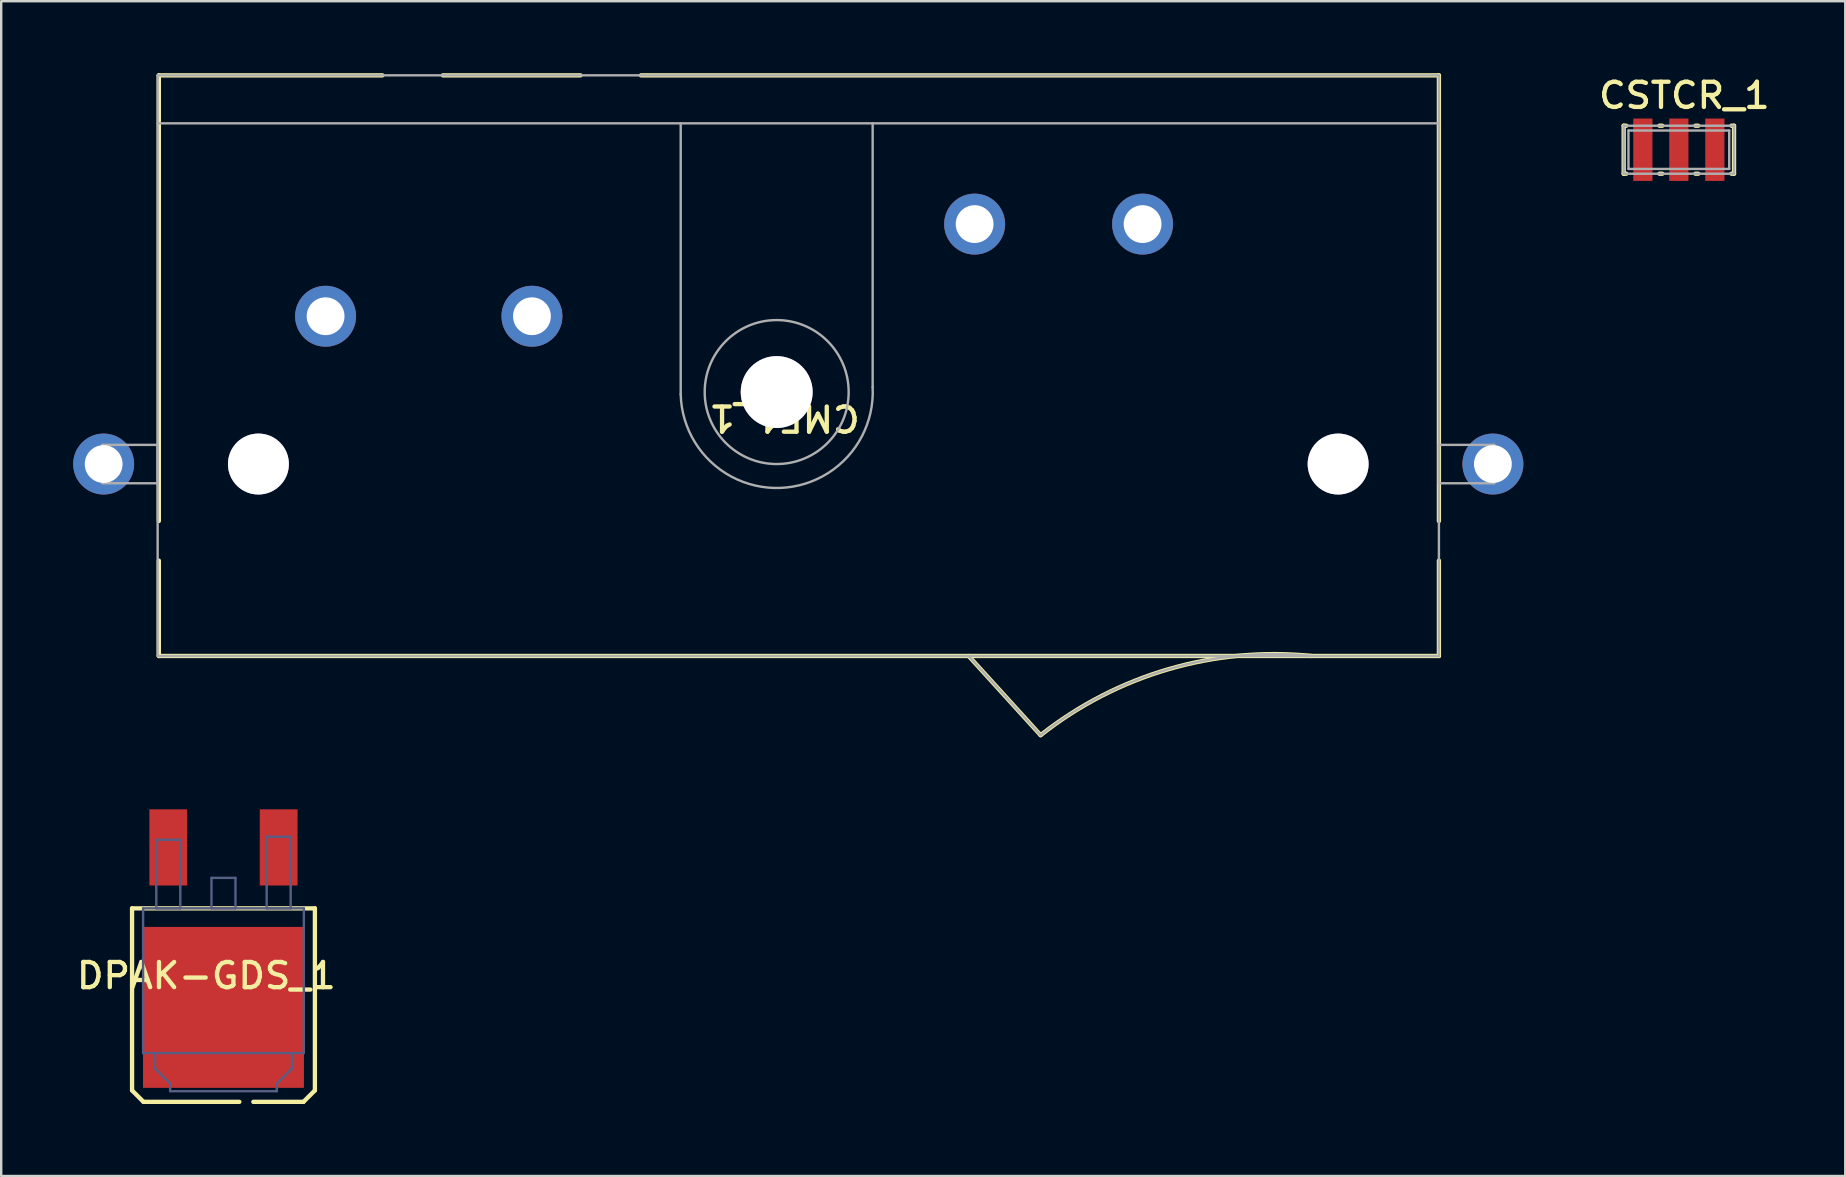
<source format=kicad_pcb>
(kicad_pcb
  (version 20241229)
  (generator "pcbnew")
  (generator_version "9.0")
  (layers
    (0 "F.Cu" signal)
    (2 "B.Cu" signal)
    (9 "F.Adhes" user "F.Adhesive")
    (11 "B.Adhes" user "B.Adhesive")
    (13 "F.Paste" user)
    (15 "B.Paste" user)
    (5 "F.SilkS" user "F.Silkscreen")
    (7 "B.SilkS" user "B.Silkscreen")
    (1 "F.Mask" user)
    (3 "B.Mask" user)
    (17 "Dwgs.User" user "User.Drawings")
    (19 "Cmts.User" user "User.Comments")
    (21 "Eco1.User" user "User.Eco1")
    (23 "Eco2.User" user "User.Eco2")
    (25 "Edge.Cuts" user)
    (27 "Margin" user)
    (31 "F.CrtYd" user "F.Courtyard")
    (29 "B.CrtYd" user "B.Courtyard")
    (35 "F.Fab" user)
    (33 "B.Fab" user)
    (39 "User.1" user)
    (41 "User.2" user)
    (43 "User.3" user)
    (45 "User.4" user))
  (footprint "CMF1_1"
    (layer "F.Cu")
    (at 52.72 16.29)
    (property "Reference" "CMF1_1" (at -23.074 -1.922 180) (unlocked yes) (layer "F.SilkS") (effects (font (size 1.05 1.104) (thickness 0.18))))
    (attr smd)
    (fp_line (start -49.15 -16.2) (end -39.832 -16.2) (stroke (width 0.18) (type solid)) (layer "F.SilkS"))
    (fp_line (start -49.15 2.375) (end -49.15 -16.2) (stroke (width 0.18) (type solid)) (layer "F.SilkS"))
    (fp_line (start -49.15 8) (end -49.15 4.025) (stroke (width 0.18) (type solid)) (layer "F.SilkS"))
    (fp_line (start -49.15 8) (end 4.2 8) (stroke (width 0.18) (type solid)) (layer "F.SilkS"))
    (fp_line (start -37.313 -16.2) (end -31.577 -16.2) (stroke (width 0.18) (type solid)) (layer "F.SilkS"))
    (fp_line (start -29.058 -16.2) (end 4.2 -16.2) (stroke (width 0.18) (type solid)) (layer "F.SilkS"))
    (fp_line (start -15.4 8) (end -12.4 11.3) (stroke (width 0.18) (type solid)) (layer "F.SilkS"))
    (fp_line (start 4.2 2.375) (end 4.2 -16.2) (stroke (width 0.18) (type solid)) (layer "F.SilkS"))
    (fp_line (start 4.2 8) (end 4.2 4.025) (stroke (width 0.18) (type solid)) (layer "F.SilkS"))
    (fp_arc (start -12.399792 11.299832) (mid -7.07639 8.552219) (end -1.111344 7.998858) (stroke (width 0.18) (type solid)) (layer "F.SilkS"))
    (fp_line (start -51.5 -0.8) (end -49.2 -0.8) (stroke (width 0.1) (type solid)) (layer "F.Fab"))
    (fp_line (start -51.5 0.8) (end -51.5 -0.8) (stroke (width 0.1) (type solid)) (layer "F.Fab"))
    (fp_line (start -51.5 0.8) (end -49.2 0.8) (stroke (width 0.1) (type solid)) (layer "F.Fab"))
    (fp_line (start -49.2 -16.2) (end 4.2 -16.2) (stroke (width 0.1) (type solid)) (layer "F.Fab"))
    (fp_line (start -49.2 -14.2) (end 4.2 -14.2) (stroke (width 0.1) (type solid)) (layer "F.Fab"))
    (fp_line (start -49.2 0.8) (end -49.2 -0.8) (stroke (width 0.1) (type solid)) (layer "F.Fab"))
    (fp_line (start -49.2 8) (end -49.2 -16.2) (stroke (width 0.1) (type solid)) (layer "F.Fab"))
    (fp_line (start -49.15 8) (end 4.2 8) (stroke (width 0.1) (type solid)) (layer "F.Fab"))
    (fp_line (start -27.4 -2.9) (end -27.4 -14.2) (stroke (width 0.1) (type solid)) (layer "F.Fab"))
    (fp_line (start -19.4 -3.2) (end -19.4 -14.2) (stroke (width 0.1) (type solid)) (layer "F.Fab"))
    (fp_line (start -15.4 8) (end -12.4 11.3) (stroke (width 0.1) (type solid)) (layer "F.Fab"))
    (fp_line (start 4.2 -0.8) (end 6.5 -0.8) (stroke (width 0.1) (type solid)) (layer "F.Fab"))
    (fp_line (start 4.2 0.8) (end 4.2 -0.8) (stroke (width 0.1) (type solid)) (layer "F.Fab"))
    (fp_line (start 4.2 0.8) (end 6.5 0.8) (stroke (width 0.1) (type solid)) (layer "F.Fab"))
    (fp_line (start 4.2 8) (end 4.2 -16.2) (stroke (width 0.1) (type solid)) (layer "F.Fab"))
    (fp_line (start 6.5 0.8) (end 6.5 -0.8) (stroke (width 0.1) (type solid)) (layer "F.Fab"))
    (fp_arc (start -19.399929 -3.19864) (mid -23.248061 0.997182) (end -27.399958 -2.898301) (stroke (width 0.1) (type solid)) (layer "F.Fab"))
    (fp_arc (start -12.399792 11.299832) (mid -7.07639 8.552219) (end -1.111344 7.998858) (stroke (width 0.1) (type solid)) (layer "F.Fab"))
    (fp_circle (center -23.4 -3) (end -20.4 -3) (stroke (width 0.1) (type solid)) (fill no) (layer "F.Fab"))
    (pad "1" thru_hole circle (at -8.15 -10) (size 2.54 2.54) (drill 1.575) (layers "*.Cu" "*.Mask"))
    (pad "2" thru_hole circle (at -15.15 -10) (size 2.54 2.54) (drill 1.575) (layers "*.Cu" "*.Mask"))
    (pad "3" thru_hole circle (at -33.6 -6.16) (size 2.54 2.54) (drill 1.575) (layers "*.Cu" "*.Mask"))
    (pad "4" thru_hole circle (at -42.2 -6.16) (size 2.54 2.54) (drill 1.575) (layers "*.Cu" "*.Mask"))
    (pad "5" thru_hole circle (at 6.45 0) (size 2.54 2.54) (drill 1.575) (layers "*.Cu" "*.Mask"))
    (pad "6" thru_hole circle (at -51.45 0) (size 2.54 2.54) (drill 1.575) (layers "*.Cu" "*.Mask"))
    (pad "MEL32" thru_hole circle (at -45 0) (size 2.54 2.54) (drill 3.2) (layers "*.Cu" "*.Mask"))
    (pad "MEL32_1" thru_hole circle (at 0 0) (size 2.54 2.54) (drill 3.2) (layers "*.Cu" "*.Mask"))
    (pad "MEL36" thru_hole circle (at -23.4 -3) (size 2.997 2.997) (drill 3.607) (layers "*.Cu" "*.Mask")))
  (footprint "CSTCR_1"
    (layer "F.Cu")
    (at 66.92 3.19)
    (property "Reference" "CSTCR_1" (at 0.229 -2.26 0) (unlocked yes) (layer "F.SilkS") (effects (font (size 1.05 1.104) (thickness 0.18))))
    (attr smd)
    (fp_line (start -2.3 -1) (end -2.19 -1) (stroke (width 0.18) (type solid)) (layer "F.SilkS"))
    (fp_line (start -2.3 1) (end -2.3 -1) (stroke (width 0.18) (type solid)) (layer "F.SilkS"))
    (fp_line (start -2.3 1) (end -2.19 1) (stroke (width 0.18) (type solid)) (layer "F.SilkS"))
    (fp_line (start -0.81 -1) (end -0.69 -1) (stroke (width 0.18) (type solid)) (layer "F.SilkS"))
    (fp_line (start -0.81 1) (end -0.69 1) (stroke (width 0.18) (type solid)) (layer "F.SilkS"))
    (fp_line (start 0.69 -1) (end 0.81 -1) (stroke (width 0.18) (type solid)) (layer "F.SilkS"))
    (fp_line (start 0.69 1) (end 0.81 1) (stroke (width 0.18) (type solid)) (layer "F.SilkS"))
    (fp_line (start 2.19 -1) (end 2.3 -1) (stroke (width 0.18) (type solid)) (layer "F.SilkS"))
    (fp_line (start 2.19 1) (end 2.3 1) (stroke (width 0.18) (type solid)) (layer "F.SilkS"))
    (fp_line (start 2.3 1) (end 2.3 -1) (stroke (width 0.18) (type solid)) (layer "F.SilkS"))
    (fp_line (start -2.3 -1) (end 2.3 -1) (stroke (width 0.1) (type solid)) (layer "F.Fab"))
    (fp_line (start -2.3 1) (end -2.3 -1) (stroke (width 0.1) (type solid)) (layer "F.Fab"))
    (fp_line (start -2.3 1) (end 2.3 1) (stroke (width 0.1) (type solid)) (layer "F.Fab"))
    (fp_line (start -2.1 -0.8) (end 2.1 -0.8) (stroke (width 0.1) (type solid)) (layer "F.Fab"))
    (fp_line (start -2.1 0.8) (end -2.1 -0.8) (stroke (width 0.1) (type solid)) (layer "F.Fab"))
    (fp_line (start -2.1 0.8) (end 2.1 0.8) (stroke (width 0.1) (type solid)) (layer "F.Fab"))
    (fp_line (start 2.1 0.8) (end 2.1 -0.8) (stroke (width 0.1) (type solid)) (layer "F.Fab"))
    (fp_line (start 2.3 1) (end 2.3 -1) (stroke (width 0.1) (type solid)) (layer "F.Fab"))
    (pad "1" smd rect (at -1.5 0) (size 0.8 2.6) (layers "F.Cu" "F.Mask" "F.Paste"))
    (pad "2" smd rect (at 0 0) (size 0.8 2.6) (layers "F.Cu" "F.Mask" "F.Paste"))
    (pad "3" smd rect (at 1.5 0) (size 0.8 2.6) (layers "F.Cu" "F.Mask" "F.Paste")))
  (footprint "DPAK-GDS_1"
    (layer "F.Cu")
    (at 6.264 37.157)
    (property "Reference" "DPAK-GDS_1" (at -0.716 0.459 0) (unlocked yes) (layer "F.SilkS") (effects (font (size 1.05 1.104) (thickness 0.18))))
    (attr smd)
    (fp_line (start -3.81 -2.349) (end -3.81 5.239) (stroke (width 0.18) (type solid)) (layer "F.SilkS"))
    (fp_line (start -3.334 5.715) (end -3.81 5.239) (stroke (width 0.18) (type solid)) (layer "F.SilkS"))
    (fp_line (start 0.661 5.715) (end -3.334 5.715) (stroke (width 0.18) (type solid)) (layer "F.SilkS"))
    (fp_line (start 3.334 5.715) (end 1.244 5.715) (stroke (width 0.18) (type solid)) (layer "F.SilkS"))
    (fp_line (start 3.81 -2.349) (end -3.81 -2.349) (stroke (width 0.18) (type solid)) (layer "F.SilkS"))
    (fp_line (start 3.81 -2.349) (end 3.81 5.239) (stroke (width 0.18) (type solid)) (layer "F.SilkS"))
    (fp_line (start 3.81 5.239) (end 3.334 5.715) (stroke (width 0.18) (type solid)) (layer "F.SilkS"))
    (fp_line (start -3.35 -2.349) (end -3.35 3.683) (stroke (width 0.1) (type solid)) (layer "B.Fab"))
    (fp_line (start -2.857 3.683) (end -2.857 4.318) (stroke (width 0.1) (type solid)) (layer "B.Fab"))
    (fp_line (start -2.8 -5.207) (end -2.8 -2.349) (stroke (width 0.1) (type solid)) (layer "B.Fab"))
    (fp_line (start -2.223 4.953) (end -2.857 4.318) (stroke (width 0.1) (type solid)) (layer "B.Fab"))
    (fp_line (start -2.223 4.953) (end -2.223 5.271) (stroke (width 0.1) (type solid)) (layer "B.Fab"))
    (fp_line (start -1.8 -5.207) (end -2.8 -5.207) (stroke (width 0.1) (type solid)) (layer "B.Fab"))
    (fp_line (start -1.8 -5.207) (end -1.8 -2.349) (stroke (width 0.1) (type solid)) (layer "B.Fab"))
    (fp_line (start -1.8 -2.349) (end -2.8 -2.349) (stroke (width 0.1) (type solid)) (layer "B.Fab"))
    (fp_line (start -0.5 -3.619) (end -0.5 -2.349) (stroke (width 0.1) (type solid)) (layer "B.Fab"))
    (fp_line (start 0.5 -3.619) (end -0.5 -3.619) (stroke (width 0.1) (type solid)) (layer "B.Fab"))
    (fp_line (start 0.5 -3.619) (end 0.5 -2.349) (stroke (width 0.1) (type solid)) (layer "B.Fab"))
    (fp_line (start 0.5 -2.349) (end -0.5 -2.349) (stroke (width 0.1) (type solid)) (layer "B.Fab"))
    (fp_line (start 1.8 -5.334) (end 1.8 -2.349) (stroke (width 0.1) (type solid)) (layer "B.Fab"))
    (fp_line (start 2.223 4.953) (end 2.223 5.271) (stroke (width 0.1) (type solid)) (layer "B.Fab"))
    (fp_line (start 2.223 5.271) (end -2.223 5.271) (stroke (width 0.1) (type solid)) (layer "B.Fab"))
    (fp_line (start 2.8 -5.334) (end 1.8 -5.334) (stroke (width 0.1) (type solid)) (layer "B.Fab"))
    (fp_line (start 2.8 -5.334) (end 2.8 -2.349) (stroke (width 0.1) (type solid)) (layer "B.Fab"))
    (fp_line (start 2.8 -2.349) (end 1.8 -2.349) (stroke (width 0.1) (type solid)) (layer "B.Fab"))
    (fp_line (start 2.857 3.683) (end 2.857 4.318) (stroke (width 0.1) (type solid)) (layer "B.Fab"))
    (fp_line (start 2.857 4.318) (end 2.223 4.953) (stroke (width 0.1) (type solid)) (layer "B.Fab"))
    (fp_line (start 3.35 -2.349) (end -3.35 -2.349) (stroke (width 0.1) (type solid)) (layer "B.Fab"))
    (fp_line (start 3.35 -2.349) (end 3.35 3.683) (stroke (width 0.1) (type solid)) (layer "B.Fab"))
    (fp_line (start 3.35 3.683) (end -3.35 3.683) (stroke (width 0.1) (type solid)) (layer "B.Fab"))
    (pad "D" smd rect (at 0 1.778 180) (size 6.706 6.706) (layers "F.Cu" "F.Mask" "F.Paste"))
    (pad "G" smd rect (at 2.3 -4.889 180) (size 1.575 3.175) (layers "F.Cu" "F.Mask" "F.Paste"))
    (pad "S" smd rect (at -2.3 -4.889 180) (size 1.575 3.175) (layers "F.Cu" "F.Mask" "F.Paste")))
  (gr_rect
    (start -3 -3)
    (end 73.856 45.962)
    (stroke (width 0.1) (type default))
    (fill no)
    (layer "Edge.Cuts")))
</source>
